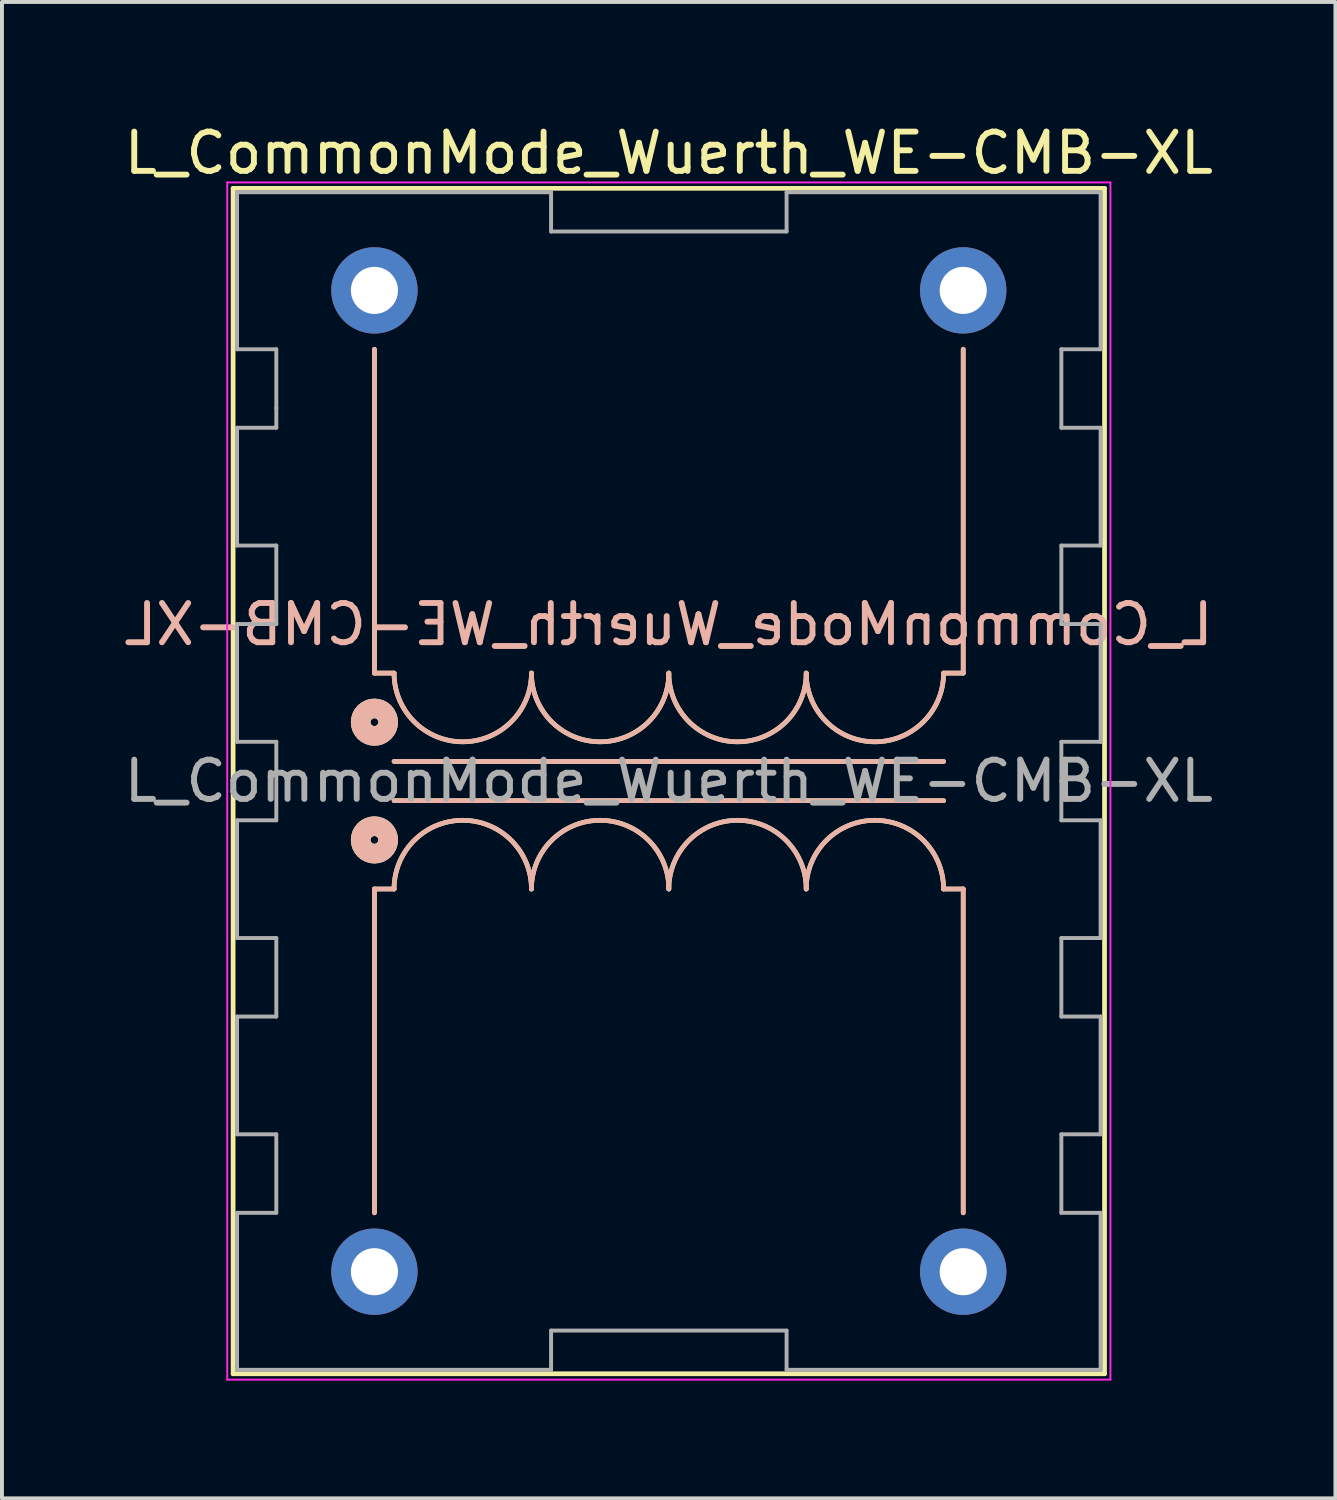
<source format=kicad_pcb>
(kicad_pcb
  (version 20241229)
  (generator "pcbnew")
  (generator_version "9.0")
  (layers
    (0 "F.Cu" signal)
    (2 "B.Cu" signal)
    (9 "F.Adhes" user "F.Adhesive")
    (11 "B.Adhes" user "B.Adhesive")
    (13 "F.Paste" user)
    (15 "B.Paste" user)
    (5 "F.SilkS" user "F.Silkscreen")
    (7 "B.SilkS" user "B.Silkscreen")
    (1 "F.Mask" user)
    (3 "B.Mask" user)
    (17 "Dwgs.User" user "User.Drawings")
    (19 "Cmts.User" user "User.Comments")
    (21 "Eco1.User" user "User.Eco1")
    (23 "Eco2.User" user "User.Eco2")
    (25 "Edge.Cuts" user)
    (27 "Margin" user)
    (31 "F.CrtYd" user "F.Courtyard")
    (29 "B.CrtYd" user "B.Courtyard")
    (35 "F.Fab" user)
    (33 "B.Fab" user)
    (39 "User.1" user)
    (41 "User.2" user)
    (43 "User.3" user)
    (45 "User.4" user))
  (footprint "L_CommonMode_Wuerth_WE-CMB-XL"
    (layer "F.Cu")
    (at 6.489 4.348)
    (property "Reference" "L_CommonMode_Wuerth_WE-CMB-XL" (at 7.5 -3.5 0) (layer "F.SilkS") (effects (font (size 1 1) (thickness 0.15))))
    (fp_line (start -3.6 -2.6) (end -3.6 27.6) (stroke (width 0.12) (type solid)) (layer "F.SilkS"))
    (fp_line (start -3.6 27.6) (end 18.6 27.6) (stroke (width 0.12) (type solid)) (layer "F.SilkS"))
    (fp_line (start 0 9.75) (end 0 1.5) (stroke (width 0.12) (type solid)) (layer "F.SilkS"))
    (fp_line (start 0 15.25) (end 0 23.5) (stroke (width 0.12) (type solid)) (layer "F.SilkS"))
    (fp_line (start 0.5 9.75) (end 0 9.75) (stroke (width 0.12) (type solid)) (layer "F.SilkS"))
    (fp_line (start 0.5 12) (end 14.5 12) (stroke (width 0.12) (type solid)) (layer "F.SilkS"))
    (fp_line (start 0.5 13) (end 14.5 13) (stroke (width 0.12) (type solid)) (layer "F.SilkS"))
    (fp_line (start 0.5 15.25) (end 0 15.25) (stroke (width 0.12) (type solid)) (layer "F.SilkS"))
    (fp_line (start 14.5 9.75) (end 15 9.75) (stroke (width 0.12) (type solid)) (layer "F.SilkS"))
    (fp_line (start 14.5 15.25) (end 15 15.25) (stroke (width 0.12) (type solid)) (layer "F.SilkS"))
    (fp_line (start 15 9.75) (end 15 1.5) (stroke (width 0.12) (type solid)) (layer "F.SilkS"))
    (fp_line (start 15 15.25) (end 15 23.5) (stroke (width 0.12) (type solid)) (layer "F.SilkS"))
    (fp_line (start 18.6 -2.6) (end -3.6 -2.6) (stroke (width 0.12) (type solid)) (layer "F.SilkS"))
    (fp_line (start 18.6 27.6) (end 18.6 -2.6) (stroke (width 0.12) (type solid)) (layer "F.SilkS"))
    (fp_arc (start 0.5 15.25) (mid 2.25 13.5) (end 4 15.25) (stroke (width 0.12) (type solid)) (layer "F.SilkS"))
    (fp_arc (start 4 9.75) (mid 2.25 11.5) (end 0.5 9.75) (stroke (width 0.12) (type solid)) (layer "F.SilkS"))
    (fp_arc (start 4 15.25) (mid 5.75 13.5) (end 7.5 15.25) (stroke (width 0.12) (type solid)) (layer "F.SilkS"))
    (fp_arc (start 7.5 9.75) (mid 5.75 11.5) (end 4 9.75) (stroke (width 0.12) (type solid)) (layer "F.SilkS"))
    (fp_arc (start 7.5 15.25) (mid 9.25 13.5) (end 11 15.25) (stroke (width 0.12) (type solid)) (layer "F.SilkS"))
    (fp_arc (start 11 9.75) (mid 9.25 11.5) (end 7.5 9.75) (stroke (width 0.12) (type solid)) (layer "F.SilkS"))
    (fp_arc (start 11 15.25) (mid 12.75 13.5) (end 14.5 15.25) (stroke (width 0.12) (type solid)) (layer "F.SilkS"))
    (fp_arc (start 14.5 9.75) (mid 12.75 11.5) (end 11 9.75) (stroke (width 0.12) (type solid)) (layer "F.SilkS"))
    (fp_circle (center 0 11) (end 0.1 11) (stroke (width 0.5) (type solid)) (fill no) (layer "F.SilkS"))
    (fp_circle (center 0 14) (end 0.1 14) (stroke (width 0.5) (type solid)) (fill no) (layer "F.SilkS"))
    (fp_line (start 0 9.75) (end 0 1.5) (stroke (width 0.12) (type solid)) (layer "B.SilkS"))
    (fp_line (start 0 15.25) (end 0 23.5) (stroke (width 0.12) (type solid)) (layer "B.SilkS"))
    (fp_line (start 0.5 9.75) (end 0 9.75) (stroke (width 0.12) (type solid)) (layer "B.SilkS"))
    (fp_line (start 0.5 12) (end 14.5 12) (stroke (width 0.12) (type solid)) (layer "B.SilkS"))
    (fp_line (start 0.5 13) (end 14.5 13) (stroke (width 0.12) (type solid)) (layer "B.SilkS"))
    (fp_line (start 0.5 15.25) (end 0 15.25) (stroke (width 0.12) (type solid)) (layer "B.SilkS"))
    (fp_line (start 14.5 9.75) (end 15 9.75) (stroke (width 0.12) (type solid)) (layer "B.SilkS"))
    (fp_line (start 14.5 15.25) (end 15 15.25) (stroke (width 0.12) (type solid)) (layer "B.SilkS"))
    (fp_line (start 15 9.75) (end 15 1.5) (stroke (width 0.12) (type solid)) (layer "B.SilkS"))
    (fp_line (start 15 15.25) (end 15 23.5) (stroke (width 0.12) (type solid)) (layer "B.SilkS"))
    (fp_arc (start 0.5 15.25) (mid 2.25 13.5) (end 4 15.25) (stroke (width 0.12) (type solid)) (layer "B.SilkS"))
    (fp_arc (start 4 9.75) (mid 2.25 11.5) (end 0.5 9.75) (stroke (width 0.12) (type solid)) (layer "B.SilkS"))
    (fp_arc (start 4 15.25) (mid 5.75 13.5) (end 7.5 15.25) (stroke (width 0.12) (type solid)) (layer "B.SilkS"))
    (fp_arc (start 7.5 9.75) (mid 5.75 11.5) (end 4 9.75) (stroke (width 0.12) (type solid)) (layer "B.SilkS"))
    (fp_arc (start 7.5 15.25) (mid 9.25 13.5) (end 11 15.25) (stroke (width 0.12) (type solid)) (layer "B.SilkS"))
    (fp_arc (start 11 9.75) (mid 9.25 11.5) (end 7.5 9.75) (stroke (width 0.12) (type solid)) (layer "B.SilkS"))
    (fp_arc (start 11 15.25) (mid 12.75 13.5) (end 14.5 15.25) (stroke (width 0.12) (type solid)) (layer "B.SilkS"))
    (fp_arc (start 14.5 9.75) (mid 12.75 11.5) (end 11 9.75) (stroke (width 0.12) (type solid)) (layer "B.SilkS"))
    (fp_circle (center 0 11) (end 0.1 11) (stroke (width 0.5) (type solid)) (fill no) (layer "B.SilkS"))
    (fp_circle (center 0 14) (end 0.1 14) (stroke (width 0.5) (type solid)) (fill no) (layer "B.SilkS"))
    (fp_line (start -3.75 -2.75) (end 18.75 -2.75) (stroke (width 0.05) (type solid)) (layer "F.CrtYd"))
    (fp_line (start -3.75 27.75) (end -3.75 -2.75) (stroke (width 0.05) (type solid)) (layer "F.CrtYd"))
    (fp_line (start 18.75 -2.75) (end 18.75 27.75) (stroke (width 0.05) (type solid)) (layer "F.CrtYd"))
    (fp_line (start 18.75 27.75) (end -3.75 27.75) (stroke (width 0.05) (type solid)) (layer "F.CrtYd"))
    (fp_line (start -3.5 -2.5) (end -3.5 1.5) (stroke (width 0.1) (type solid)) (layer "F.Fab"))
    (fp_line (start -3.5 1.5) (end -2.5 1.5) (stroke (width 0.1) (type solid)) (layer "F.Fab"))
    (fp_line (start -3.5 3.5) (end -3.5 6.5) (stroke (width 0.1) (type solid)) (layer "F.Fab"))
    (fp_line (start -3.5 6.5) (end -2.5 6.5) (stroke (width 0.1) (type solid)) (layer "F.Fab"))
    (fp_line (start -3.5 8.5) (end -3.5 11.5) (stroke (width 0.1) (type solid)) (layer "F.Fab"))
    (fp_line (start -3.5 11.5) (end -2.5 11.5) (stroke (width 0.1) (type solid)) (layer "F.Fab"))
    (fp_line (start -3.5 13.5) (end -3.5 16.5) (stroke (width 0.1) (type solid)) (layer "F.Fab"))
    (fp_line (start -3.5 16.5) (end -2.5 16.5) (stroke (width 0.1) (type solid)) (layer "F.Fab"))
    (fp_line (start -3.5 18.5) (end -3.5 21.5) (stroke (width 0.1) (type solid)) (layer "F.Fab"))
    (fp_line (start -3.5 21.5) (end -2.5 21.5) (stroke (width 0.1) (type solid)) (layer "F.Fab"))
    (fp_line (start -3.5 23.5) (end -3.5 27.5) (stroke (width 0.1) (type solid)) (layer "F.Fab"))
    (fp_line (start -2.5 1.5) (end -2.5 3) (stroke (width 0.1) (type solid)) (layer "F.Fab"))
    (fp_line (start -2.5 3) (end -2.5 3.5) (stroke (width 0.1) (type solid)) (layer "F.Fab"))
    (fp_line (start -2.5 3.5) (end -3.5 3.5) (stroke (width 0.1) (type solid)) (layer "F.Fab"))
    (fp_line (start -2.5 6.5) (end -2.5 8.5) (stroke (width 0.1) (type solid)) (layer "F.Fab"))
    (fp_line (start -2.5 8.5) (end -3.5 8.5) (stroke (width 0.1) (type solid)) (layer "F.Fab"))
    (fp_line (start -2.5 11.5) (end -2.5 13.5) (stroke (width 0.1) (type solid)) (layer "F.Fab"))
    (fp_line (start -2.5 13.5) (end -3.5 13.5) (stroke (width 0.1) (type solid)) (layer "F.Fab"))
    (fp_line (start -2.5 16.5) (end -2.5 18.5) (stroke (width 0.1) (type solid)) (layer "F.Fab"))
    (fp_line (start -2.5 18.5) (end -3.5 18.5) (stroke (width 0.1) (type solid)) (layer "F.Fab"))
    (fp_line (start -2.5 21.5) (end -2.5 23.5) (stroke (width 0.1) (type solid)) (layer "F.Fab"))
    (fp_line (start -2.5 23.5) (end -3.5 23.5) (stroke (width 0.1) (type solid)) (layer "F.Fab"))
    (fp_line (start 4.5 -2.5) (end -3.5 -2.5) (stroke (width 0.1) (type solid)) (layer "F.Fab"))
    (fp_line (start 4.5 -1.5) (end 4.5 -2.5) (stroke (width 0.1) (type solid)) (layer "F.Fab"))
    (fp_line (start 4.5 26.5) (end 4.5 27.5) (stroke (width 0.1) (type solid)) (layer "F.Fab"))
    (fp_line (start 4.5 27.5) (end -3.5 27.5) (stroke (width 0.1) (type solid)) (layer "F.Fab"))
    (fp_line (start 10.5 -2.5) (end 10.5 -1.5) (stroke (width 0.1) (type solid)) (layer "F.Fab"))
    (fp_line (start 10.5 -1.5) (end 4.5 -1.5) (stroke (width 0.1) (type solid)) (layer "F.Fab"))
    (fp_line (start 10.5 26.5) (end 4.5 26.5) (stroke (width 0.1) (type solid)) (layer "F.Fab"))
    (fp_line (start 10.5 27.5) (end 10.5 26.5) (stroke (width 0.1) (type solid)) (layer "F.Fab"))
    (fp_line (start 17.5 1.5) (end 18.5 1.5) (stroke (width 0.1) (type solid)) (layer "F.Fab"))
    (fp_line (start 17.5 3.5) (end 17.5 1.5) (stroke (width 0.1) (type solid)) (layer "F.Fab"))
    (fp_line (start 17.5 6.5) (end 18.5 6.5) (stroke (width 0.1) (type solid)) (layer "F.Fab"))
    (fp_line (start 17.5 8.5) (end 17.5 6.5) (stroke (width 0.1) (type solid)) (layer "F.Fab"))
    (fp_line (start 17.5 11.5) (end 18.5 11.5) (stroke (width 0.1) (type solid)) (layer "F.Fab"))
    (fp_line (start 17.5 12.5) (end 17.5 11.5) (stroke (width 0.1) (type solid)) (layer "F.Fab"))
    (fp_line (start 17.5 12.5) (end 17.5 13.5) (stroke (width 0.1) (type solid)) (layer "F.Fab"))
    (fp_line (start 17.5 13.5) (end 18.5 13.5) (stroke (width 0.1) (type solid)) (layer "F.Fab"))
    (fp_line (start 17.5 16.5) (end 17.5 18.5) (stroke (width 0.1) (type solid)) (layer "F.Fab"))
    (fp_line (start 17.5 18.5) (end 18.5 18.5) (stroke (width 0.1) (type solid)) (layer "F.Fab"))
    (fp_line (start 17.5 21.5) (end 17.5 23.5) (stroke (width 0.1) (type solid)) (layer "F.Fab"))
    (fp_line (start 17.5 23.5) (end 18.5 23.5) (stroke (width 0.1) (type solid)) (layer "F.Fab"))
    (fp_line (start 18.5 -2.5) (end 10.5 -2.5) (stroke (width 0.1) (type solid)) (layer "F.Fab"))
    (fp_line (start 18.5 1.5) (end 18.5 -2.5) (stroke (width 0.1) (type solid)) (layer "F.Fab"))
    (fp_line (start 18.5 3.5) (end 17.5 3.5) (stroke (width 0.1) (type solid)) (layer "F.Fab"))
    (fp_line (start 18.5 6.5) (end 18.5 3.5) (stroke (width 0.1) (type solid)) (layer "F.Fab"))
    (fp_line (start 18.5 8.5) (end 17.5 8.5) (stroke (width 0.1) (type solid)) (layer "F.Fab"))
    (fp_line (start 18.5 9) (end 18.5 8.5) (stroke (width 0.1) (type solid)) (layer "F.Fab"))
    (fp_line (start 18.5 11.5) (end 18.5 9) (stroke (width 0.1) (type solid)) (layer "F.Fab"))
    (fp_line (start 18.5 13.5) (end 18.5 16.5) (stroke (width 0.1) (type solid)) (layer "F.Fab"))
    (fp_line (start 18.5 16.5) (end 17.5 16.5) (stroke (width 0.1) (type solid)) (layer "F.Fab"))
    (fp_line (start 18.5 18.5) (end 18.5 21.5) (stroke (width 0.1) (type solid)) (layer "F.Fab"))
    (fp_line (start 18.5 21.5) (end 17.5 21.5) (stroke (width 0.1) (type solid)) (layer "F.Fab"))
    (fp_line (start 18.5 23.5) (end 18.5 27.5) (stroke (width 0.1) (type solid)) (layer "F.Fab"))
    (fp_line (start 18.5 27.5) (end 10.5 27.5) (stroke (width 0.1) (type solid)) (layer "F.Fab"))
    (fp_text user "${REFERENCE}" (at 7.493 8.509 0) (layer "B.SilkS") (effects (font (size 1 1) (thickness 0.15)) (justify mirror)))
    (fp_text user "${REFERENCE}" (at 7.5 12.5 0) (layer "F.Fab") (effects (font (size 1 1) (thickness 0.15))))
    (pad "1" thru_hole circle (at 0 0) (size 2.2 2.2) (drill 1.2) (layers "*.Cu" "*.Mask"))
    (pad "6" thru_hole circle (at 0 25) (size 2.2 2.2) (drill 1.2) (layers "*.Cu" "*.Mask"))
    (pad "7" thru_hole circle (at 15 25) (size 2.2 2.2) (drill 1.2) (layers "*.Cu" "*.Mask"))
    (pad "12" thru_hole circle (at 15 0) (size 2.2 2.2) (drill 1.2) (layers "*.Cu" "*.Mask")))
  (gr_rect
    (start -3 -3)
    (end 30.971 35.123)
    (stroke (width 0.1) (type default))
    (fill no)
    (layer "Edge.Cuts")))
</source>
